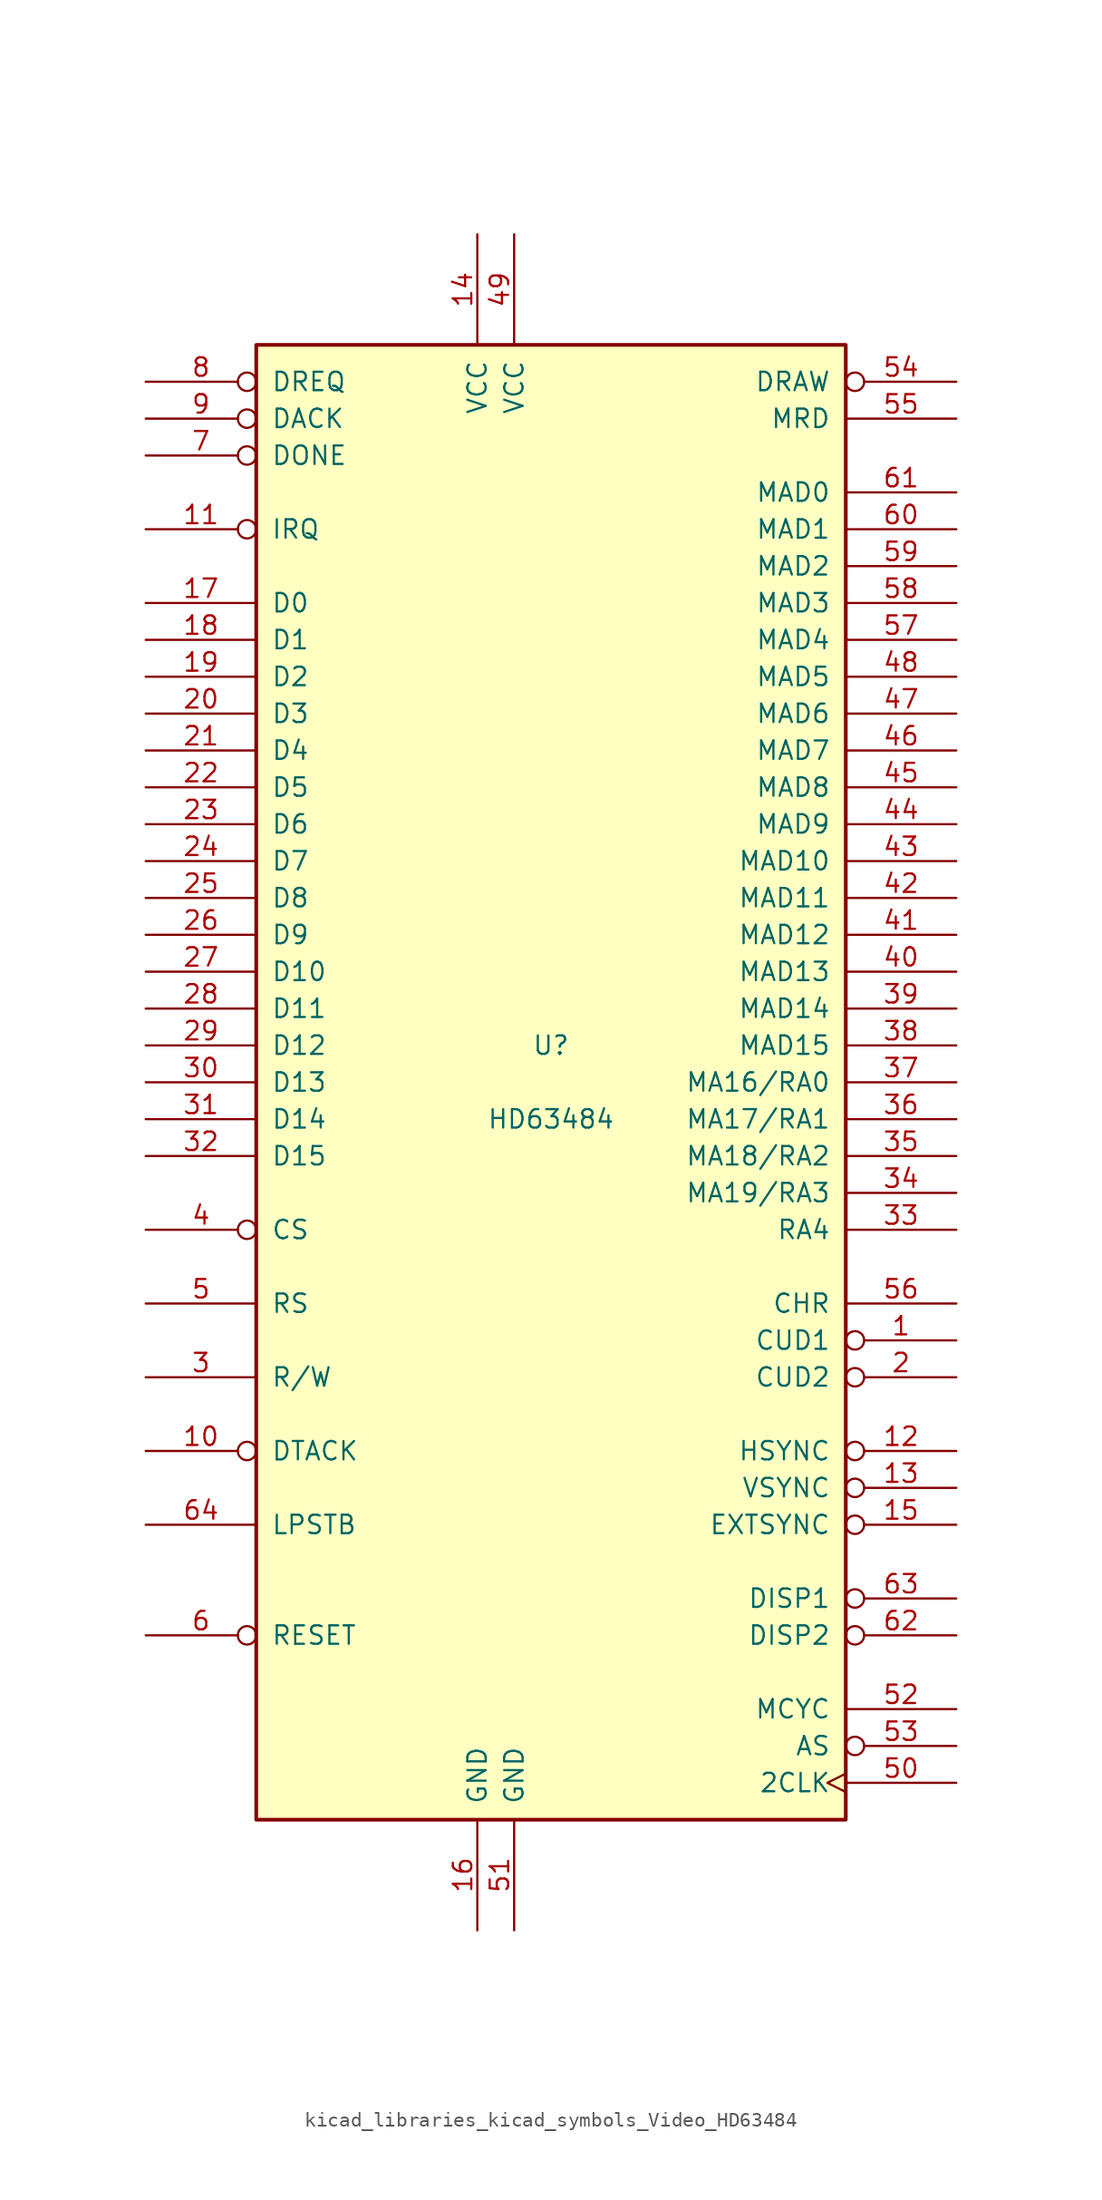
<source format=kicad_sym>
(kicad_symbol_lib
  (version 20220914)
  (generator kicad_symbol_editor)
  (symbol "kicad_libraries_kicad_symbols_Video_HD63484"
    (pin_names
      (offset 1.016))
    (property "Reference" "U"
      (at 0 2.54 0)
      (effects (font (size 1.27 1.27))))
    (property "Value" "HD63484"
      (at 0 -2.54 0)
      (effects (font (size 1.27 1.27))))
    (symbol "kicad_libraries_kicad_symbols_Video_HD63484_0_1"
      (rectangle (start -20.32 -50.8) (end 20.32 50.8) (stroke (width 0.254) (type default)) (fill (type background))))
    (symbol "kicad_libraries_kicad_symbols_Video_HD63484_1_1"
      (pin output inverted (at 27.94 -17.78 180) (length 7.62) (name "CUD1" (effects (font (size 1.27 1.27)))) (number "1" (effects (font (size 1.27 1.27)))))
      (pin output inverted (at -27.94 -25.4 0) (length 7.62) (name "DTACK" (effects (font (size 1.27 1.27)))) (number "10" (effects (font (size 1.27 1.27)))))
      (pin output inverted (at -27.94 38.1 0) (length 7.62) (name "IRQ" (effects (font (size 1.27 1.27)))) (number "11" (effects (font (size 1.27 1.27)))))
      (pin output inverted (at 27.94 -25.4 180) (length 7.62) (name "HSYNC" (effects (font (size 1.27 1.27)))) (number "12" (effects (font (size 1.27 1.27)))))
      (pin output inverted (at 27.94 -27.94 180) (length 7.62) (name "VSYNC" (effects (font (size 1.27 1.27)))) (number "13" (effects (font (size 1.27 1.27)))))
      (pin input line (at -5.08 58.42 270) (length 7.62) (name "VCC" (effects (font (size 1.27 1.27)))) (number "14" (effects (font (size 1.27 1.27)))))
      (pin input inverted (at 27.94 -30.48 180) (length 7.62) (name "EXTSYNC" (effects (font (size 1.27 1.27)))) (number "15" (effects (font (size 1.27 1.27)))))
      (pin input line (at -5.08 -58.42 90) (length 7.62) (name "GND" (effects (font (size 1.27 1.27)))) (number "16" (effects (font (size 1.27 1.27)))))
      (pin tri_state line (at -27.94 33.02 0) (length 7.62) (name "D0" (effects (font (size 1.27 1.27)))) (number "17" (effects (font (size 1.27 1.27)))))
      (pin tri_state line (at -27.94 30.48 0) (length 7.62) (name "D1" (effects (font (size 1.27 1.27)))) (number "18" (effects (font (size 1.27 1.27)))))
      (pin tri_state line (at -27.94 27.94 0) (length 7.62) (name "D2" (effects (font (size 1.27 1.27)))) (number "19" (effects (font (size 1.27 1.27)))))
      (pin output inverted (at 27.94 -20.32 180) (length 7.62) (name "CUD2" (effects (font (size 1.27 1.27)))) (number "2" (effects (font (size 1.27 1.27)))))
      (pin tri_state line (at -27.94 25.4 0) (length 7.62) (name "D3" (effects (font (size 1.27 1.27)))) (number "20" (effects (font (size 1.27 1.27)))))
      (pin tri_state line (at -27.94 22.86 0) (length 7.62) (name "D4" (effects (font (size 1.27 1.27)))) (number "21" (effects (font (size 1.27 1.27)))))
      (pin tri_state line (at -27.94 20.32 0) (length 7.62) (name "D5" (effects (font (size 1.27 1.27)))) (number "22" (effects (font (size 1.27 1.27)))))
      (pin tri_state line (at -27.94 17.78 0) (length 7.62) (name "D6" (effects (font (size 1.27 1.27)))) (number "23" (effects (font (size 1.27 1.27)))))
      (pin tri_state line (at -27.94 15.24 0) (length 7.62) (name "D7" (effects (font (size 1.27 1.27)))) (number "24" (effects (font (size 1.27 1.27)))))
      (pin tri_state line (at -27.94 12.7 0) (length 7.62) (name "D8" (effects (font (size 1.27 1.27)))) (number "25" (effects (font (size 1.27 1.27)))))
      (pin tri_state line (at -27.94 10.16 0) (length 7.62) (name "D9" (effects (font (size 1.27 1.27)))) (number "26" (effects (font (size 1.27 1.27)))))
      (pin tri_state line (at -27.94 7.62 0) (length 7.62) (name "D10" (effects (font (size 1.27 1.27)))) (number "27" (effects (font (size 1.27 1.27)))))
      (pin tri_state line (at -27.94 5.08 0) (length 7.62) (name "D11" (effects (font (size 1.27 1.27)))) (number "28" (effects (font (size 1.27 1.27)))))
      (pin tri_state line (at -27.94 2.54 0) (length 7.62) (name "D12" (effects (font (size 1.27 1.27)))) (number "29" (effects (font (size 1.27 1.27)))))
      (pin input line (at -27.94 -20.32 0) (length 7.62) (name "R/W" (effects (font (size 1.27 1.27)))) (number "3" (effects (font (size 1.27 1.27)))))
      (pin tri_state line (at -27.94 0 0) (length 7.62) (name "D13" (effects (font (size 1.27 1.27)))) (number "30" (effects (font (size 1.27 1.27)))))
      (pin tri_state line (at -27.94 -2.54 0) (length 7.62) (name "D14" (effects (font (size 1.27 1.27)))) (number "31" (effects (font (size 1.27 1.27)))))
      (pin tri_state line (at -27.94 -5.08 0) (length 7.62) (name "D15" (effects (font (size 1.27 1.27)))) (number "32" (effects (font (size 1.27 1.27)))))
      (pin output line (at 27.94 -10.16 180) (length 7.62) (name "RA4" (effects (font (size 1.27 1.27)))) (number "33" (effects (font (size 1.27 1.27)))))
      (pin output line (at 27.94 -7.62 180) (length 7.62) (name "MA19/RA3" (effects (font (size 1.27 1.27)))) (number "34" (effects (font (size 1.27 1.27)))))
      (pin output line (at 27.94 -5.08 180) (length 7.62) (name "MA18/RA2" (effects (font (size 1.27 1.27)))) (number "35" (effects (font (size 1.27 1.27)))))
      (pin output line (at 27.94 -2.54 180) (length 7.62) (name "MA17/RA1" (effects (font (size 1.27 1.27)))) (number "36" (effects (font (size 1.27 1.27)))))
      (pin output line (at 27.94 0 180) (length 7.62) (name "MA16/RA0" (effects (font (size 1.27 1.27)))) (number "37" (effects (font (size 1.27 1.27)))))
      (pin tri_state line (at 27.94 2.54 180) (length 7.62) (name "MAD15" (effects (font (size 1.27 1.27)))) (number "38" (effects (font (size 1.27 1.27)))))
      (pin tri_state line (at 27.94 5.08 180) (length 7.62) (name "MAD14" (effects (font (size 1.27 1.27)))) (number "39" (effects (font (size 1.27 1.27)))))
      (pin input inverted (at -27.94 -10.16 0) (length 7.62) (name "CS" (effects (font (size 1.27 1.27)))) (number "4" (effects (font (size 1.27 1.27)))))
      (pin tri_state line (at 27.94 7.62 180) (length 7.62) (name "MAD13" (effects (font (size 1.27 1.27)))) (number "40" (effects (font (size 1.27 1.27)))))
      (pin tri_state line (at 27.94 10.16 180) (length 7.62) (name "MAD12" (effects (font (size 1.27 1.27)))) (number "41" (effects (font (size 1.27 1.27)))))
      (pin tri_state line (at 27.94 12.7 180) (length 7.62) (name "MAD11" (effects (font (size 1.27 1.27)))) (number "42" (effects (font (size 1.27 1.27)))))
      (pin tri_state line (at 27.94 15.24 180) (length 7.62) (name "MAD10" (effects (font (size 1.27 1.27)))) (number "43" (effects (font (size 1.27 1.27)))))
      (pin tri_state line (at 27.94 17.78 180) (length 7.62) (name "MAD9" (effects (font (size 1.27 1.27)))) (number "44" (effects (font (size 1.27 1.27)))))
      (pin tri_state line (at 27.94 20.32 180) (length 7.62) (name "MAD8" (effects (font (size 1.27 1.27)))) (number "45" (effects (font (size 1.27 1.27)))))
      (pin tri_state line (at 27.94 22.86 180) (length 7.62) (name "MAD7" (effects (font (size 1.27 1.27)))) (number "46" (effects (font (size 1.27 1.27)))))
      (pin tri_state line (at 27.94 25.4 180) (length 7.62) (name "MAD6" (effects (font (size 1.27 1.27)))) (number "47" (effects (font (size 1.27 1.27)))))
      (pin tri_state line (at 27.94 27.94 180) (length 7.62) (name "MAD5" (effects (font (size 1.27 1.27)))) (number "48" (effects (font (size 1.27 1.27)))))
      (pin input line (at -2.54 58.42 270) (length 7.62) (name "VCC" (effects (font (size 1.27 1.27)))) (number "49" (effects (font (size 1.27 1.27)))))
      (pin input line (at -27.94 -15.24 0) (length 7.62) (name "RS" (effects (font (size 1.27 1.27)))) (number "5" (effects (font (size 1.27 1.27)))))
      (pin input clock (at 27.94 -48.26 180) (length 7.62) (name "2CLK" (effects (font (size 1.27 1.27)))) (number "50" (effects (font (size 1.27 1.27)))))
      (pin input line (at -2.54 -58.42 90) (length 7.62) (name "GND" (effects (font (size 1.27 1.27)))) (number "51" (effects (font (size 1.27 1.27)))))
      (pin output line (at 27.94 -43.18 180) (length 7.62) (name "MCYC" (effects (font (size 1.27 1.27)))) (number "52" (effects (font (size 1.27 1.27)))))
      (pin output inverted (at 27.94 -45.72 180) (length 7.62) (name "AS" (effects (font (size 1.27 1.27)))) (number "53" (effects (font (size 1.27 1.27)))))
      (pin output inverted (at 27.94 48.26 180) (length 7.62) (name "DRAW" (effects (font (size 1.27 1.27)))) (number "54" (effects (font (size 1.27 1.27)))))
      (pin output line (at 27.94 45.72 180) (length 7.62) (name "MRD" (effects (font (size 1.27 1.27)))) (number "55" (effects (font (size 1.27 1.27)))))
      (pin output line (at 27.94 -15.24 180) (length 7.62) (name "CHR" (effects (font (size 1.27 1.27)))) (number "56" (effects (font (size 1.27 1.27)))))
      (pin tri_state line (at 27.94 30.48 180) (length 7.62) (name "MAD4" (effects (font (size 1.27 1.27)))) (number "57" (effects (font (size 1.27 1.27)))))
      (pin tri_state line (at 27.94 33.02 180) (length 7.62) (name "MAD3" (effects (font (size 1.27 1.27)))) (number "58" (effects (font (size 1.27 1.27)))))
      (pin tri_state line (at 27.94 35.56 180) (length 7.62) (name "MAD2" (effects (font (size 1.27 1.27)))) (number "59" (effects (font (size 1.27 1.27)))))
      (pin input inverted (at -27.94 -38.1 0) (length 7.62) (name "RESET" (effects (font (size 1.27 1.27)))) (number "6" (effects (font (size 1.27 1.27)))))
      (pin tri_state line (at 27.94 38.1 180) (length 7.62) (name "MAD1" (effects (font (size 1.27 1.27)))) (number "60" (effects (font (size 1.27 1.27)))))
      (pin tri_state line (at 27.94 40.64 180) (length 7.62) (name "MAD0" (effects (font (size 1.27 1.27)))) (number "61" (effects (font (size 1.27 1.27)))))
      (pin output inverted (at 27.94 -38.1 180) (length 7.62) (name "DISP2" (effects (font (size 1.27 1.27)))) (number "62" (effects (font (size 1.27 1.27)))))
      (pin output inverted (at 27.94 -35.56 180) (length 7.62) (name "DISP1" (effects (font (size 1.27 1.27)))) (number "63" (effects (font (size 1.27 1.27)))))
      (pin input line (at -27.94 -30.48 0) (length 7.62) (name "LPSTB" (effects (font (size 1.27 1.27)))) (number "64" (effects (font (size 1.27 1.27)))))
      (pin input inverted (at -27.94 43.18 0) (length 7.62) (name "DONE" (effects (font (size 1.27 1.27)))) (number "7" (effects (font (size 1.27 1.27)))))
      (pin output inverted (at -27.94 48.26 0) (length 7.62) (name "DREQ" (effects (font (size 1.27 1.27)))) (number "8" (effects (font (size 1.27 1.27)))))
      (pin input inverted (at -27.94 45.72 0) (length 7.62) (name "DACK" (effects (font (size 1.27 1.27)))) (number "9" (effects (font (size 1.27 1.27))))))))
</source>
